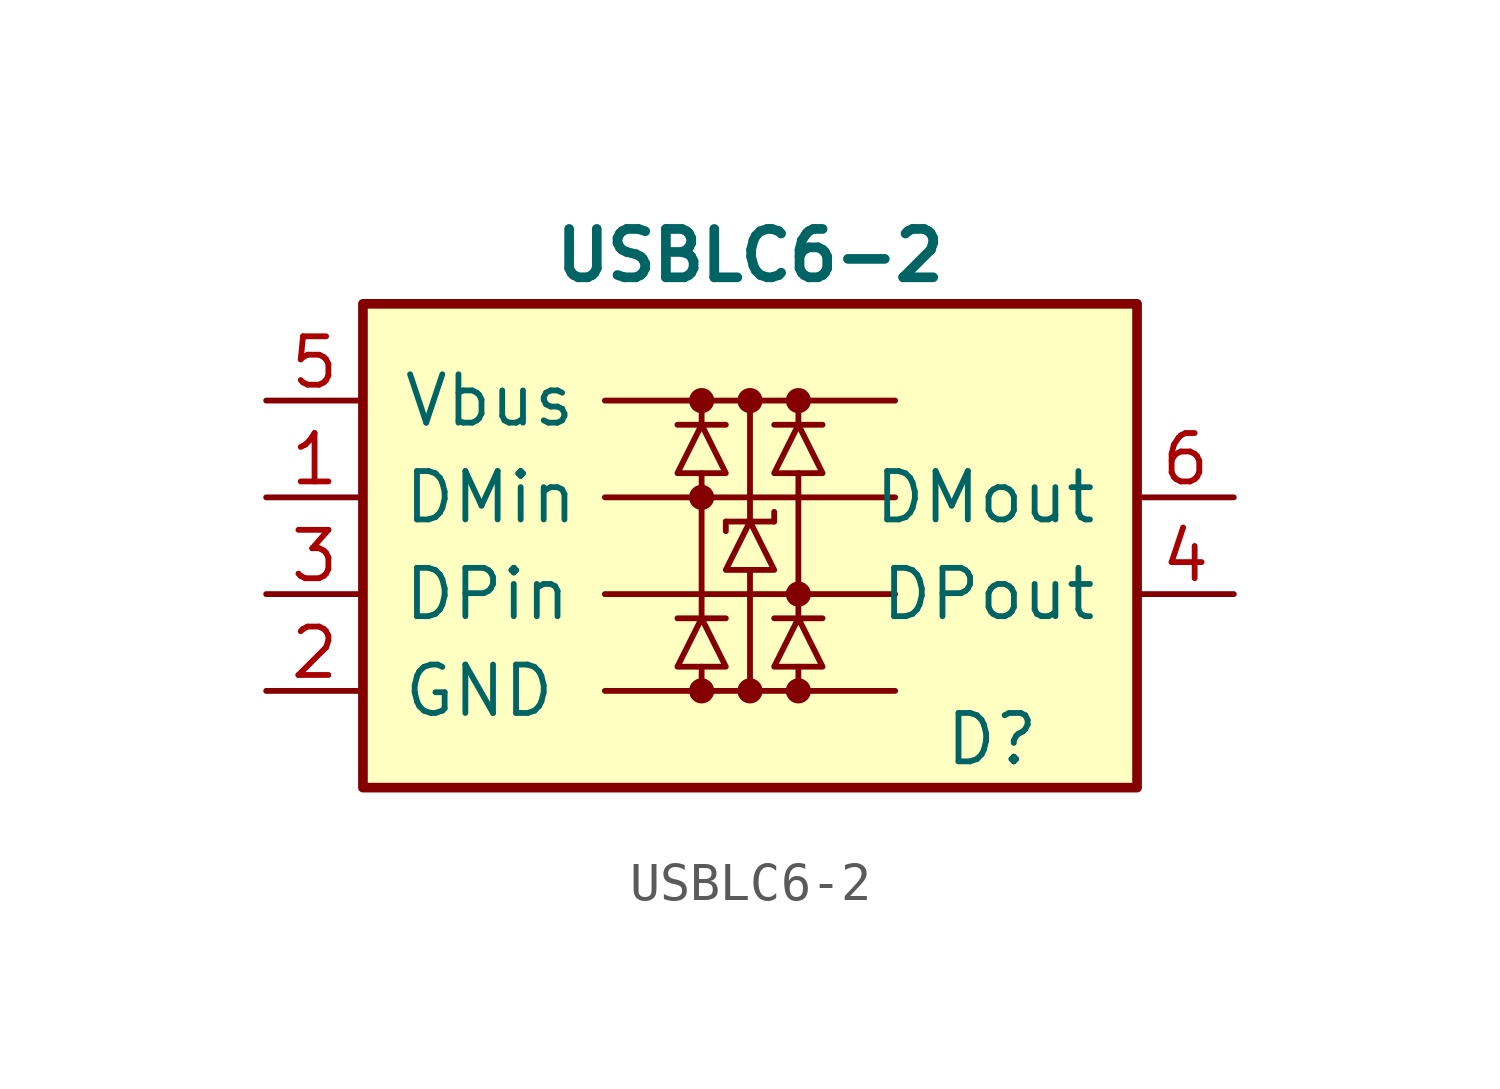
<source format=kicad_sym>
(kicad_symbol_lib
  (version 20231120)
  (generator "kicad_symbol_editor")
  (generator_version "8.0")
  (symbol "USBLC6-2"
    (pin_names
      (offset 1.016))
    (property "Reference" "D"
      (at 6.35 -5.08 0)
      (effects (font (size 1.27 1.27))))
    (property "Value" "USBLC6-2"
      (at 0 7.62 0)
      (effects (font (size 1.27 1.27) (bold yes))))
    (property "Datasheet" ""
      (at 0 0 0)
      (effects (font (size 1.524 1.524))))
    (symbol "USBLC6-2_0_0"
      (rectangle (start -10.16 6.35) (end 10.16 -6.35) (stroke (width 0.254) (type default)) (fill (type background)))
      (circle (center -1.27 -3.81) (radius 0.254) (stroke (width 0) (type default)) (fill (type outline)))
      (circle (center -1.27 1.27) (radius 0.254) (stroke (width 0) (type default)) (fill (type outline)))
      (circle (center -1.27 3.81) (radius 0.254) (stroke (width 0) (type default)) (fill (type outline)))
      (circle (center 0 -3.81) (radius 0.254) (stroke (width 0) (type default)) (fill (type outline)))
      (polyline (pts (xy -3.81 -3.81) (xy 3.81 -3.81)) (stroke (width 0) (type default)) (fill (type none)))
      (polyline (pts (xy -3.81 -1.27) (xy 3.81 -1.27)) (stroke (width 0) (type default)) (fill (type none)))
      (polyline (pts (xy -3.81 1.27) (xy 3.81 1.27)) (stroke (width 0) (type default)) (fill (type none)))
      (polyline (pts (xy -3.81 3.81) (xy 3.81 3.81)) (stroke (width 0) (type default)) (fill (type none)))
      (polyline (pts (xy -1.27 -3.175) (xy -1.27 -3.81)) (stroke (width 0) (type default)) (fill (type none)))
      (polyline (pts (xy -1.27 1.905) (xy -1.27 -1.905)) (stroke (width 0) (type default)) (fill (type none)))
      (polyline (pts (xy -1.27 3.175) (xy -1.27 3.81)) (stroke (width 0) (type default)) (fill (type none)))
      (polyline (pts (xy 0 -0.635) (xy 0 -3.81)) (stroke (width 0) (type default)) (fill (type none)))
      (polyline (pts (xy 0 0.635) (xy 0 3.81)) (stroke (width 0) (type default)) (fill (type none)))
      (polyline (pts (xy 1.27 -3.175) (xy 1.27 -3.81)) (stroke (width 0) (type default)) (fill (type none)))
      (polyline (pts (xy 1.27 1.905) (xy 1.27 -1.905)) (stroke (width 0) (type default)) (fill (type none)))
      (polyline (pts (xy 1.27 3.175) (xy 1.27 3.81)) (stroke (width 0) (type default)) (fill (type none)))
      (circle (center 0 3.81) (radius 0.254) (stroke (width 0) (type default)) (fill (type outline)))
      (circle (center 1.27 -3.81) (radius 0.254) (stroke (width 0) (type default)) (fill (type outline)))
      (circle (center 1.27 -1.27) (radius 0.254) (stroke (width 0) (type default)) (fill (type outline)))
      (circle (center 1.27 3.81) (radius 0.254) (stroke (width 0) (type default)) (fill (type outline))))
    (symbol "USBLC6-2_0_1"
      (polyline (pts (xy -1.905 -1.905) (xy -0.635 -1.905)) (stroke (width 0) (type default)) (fill (type none)))
      (polyline (pts (xy -1.905 3.175) (xy -0.635 3.175)) (stroke (width 0) (type default)) (fill (type none)))
      (polyline (pts (xy -0.635 0.635) (xy -0.635 0.381)) (stroke (width 0) (type default)) (fill (type none)))
      (polyline (pts (xy -0.635 0.635) (xy 0.635 0.635)) (stroke (width 0) (type default)) (fill (type none)))
      (polyline (pts (xy 0.635 -1.905) (xy 1.905 -1.905)) (stroke (width 0) (type default)) (fill (type none)))
      (polyline (pts (xy 0.635 0.635) (xy 0.635 0.889)) (stroke (width 0) (type default)) (fill (type none)))
      (polyline (pts (xy 0.635 3.175) (xy 1.905 3.175)) (stroke (width 0) (type default)) (fill (type none)))
      (polyline (pts (xy -1.27 -1.905) (xy -1.905 -3.175) (xy -0.635 -3.175) (xy -1.27 -1.905)) (stroke (width 0) (type default)) (fill (type none)))
      (polyline (pts (xy -1.27 3.175) (xy -1.905 1.905) (xy -0.635 1.905) (xy -1.27 3.175)) (stroke (width 0) (type default)) (fill (type none)))
      (polyline (pts (xy 0 0.635) (xy -0.635 -0.635) (xy 0.635 -0.635) (xy 0 0.635)) (stroke (width 0) (type default)) (fill (type none)))
      (polyline (pts (xy 1.27 -1.905) (xy 0.635 -3.175) (xy 1.905 -3.175) (xy 1.27 -1.905)) (stroke (width 0) (type default)) (fill (type none)))
      (polyline (pts (xy 1.27 3.175) (xy 0.635 1.905) (xy 1.905 1.905) (xy 1.27 3.175)) (stroke (width 0) (type default)) (fill (type none))))
    (symbol "USBLC6-2_1_1"
      (pin passive line (at -12.7 1.27 0) (length 2.54) (name "DMin" (effects (font (size 1.27 1.27)))) (number "1" (effects (font (size 1.27 1.27)))))
      (pin passive line (at -12.7 -3.81 0) (length 2.54) (name "GND" (effects (font (size 1.27 1.27)))) (number "2" (effects (font (size 1.27 1.27)))))
      (pin passive line (at -12.7 -1.27 0) (length 2.54) (name "DPin" (effects (font (size 1.27 1.27)))) (number "3" (effects (font (size 1.27 1.27)))))
      (pin passive line (at 12.7 -1.27 180) (length 2.54) (name "DPout" (effects (font (size 1.27 1.27)))) (number "4" (effects (font (size 1.27 1.27)))))
      (pin passive line (at -12.7 3.81 0) (length 2.54) (name "Vbus" (effects (font (size 1.27 1.27)))) (number "5" (effects (font (size 1.27 1.27)))))
      (pin passive line (at 12.7 1.27 180) (length 2.54) (name "DMout" (effects (font (size 1.27 1.27)))) (number "6" (effects (font (size 1.27 1.27))))))))
</source>
